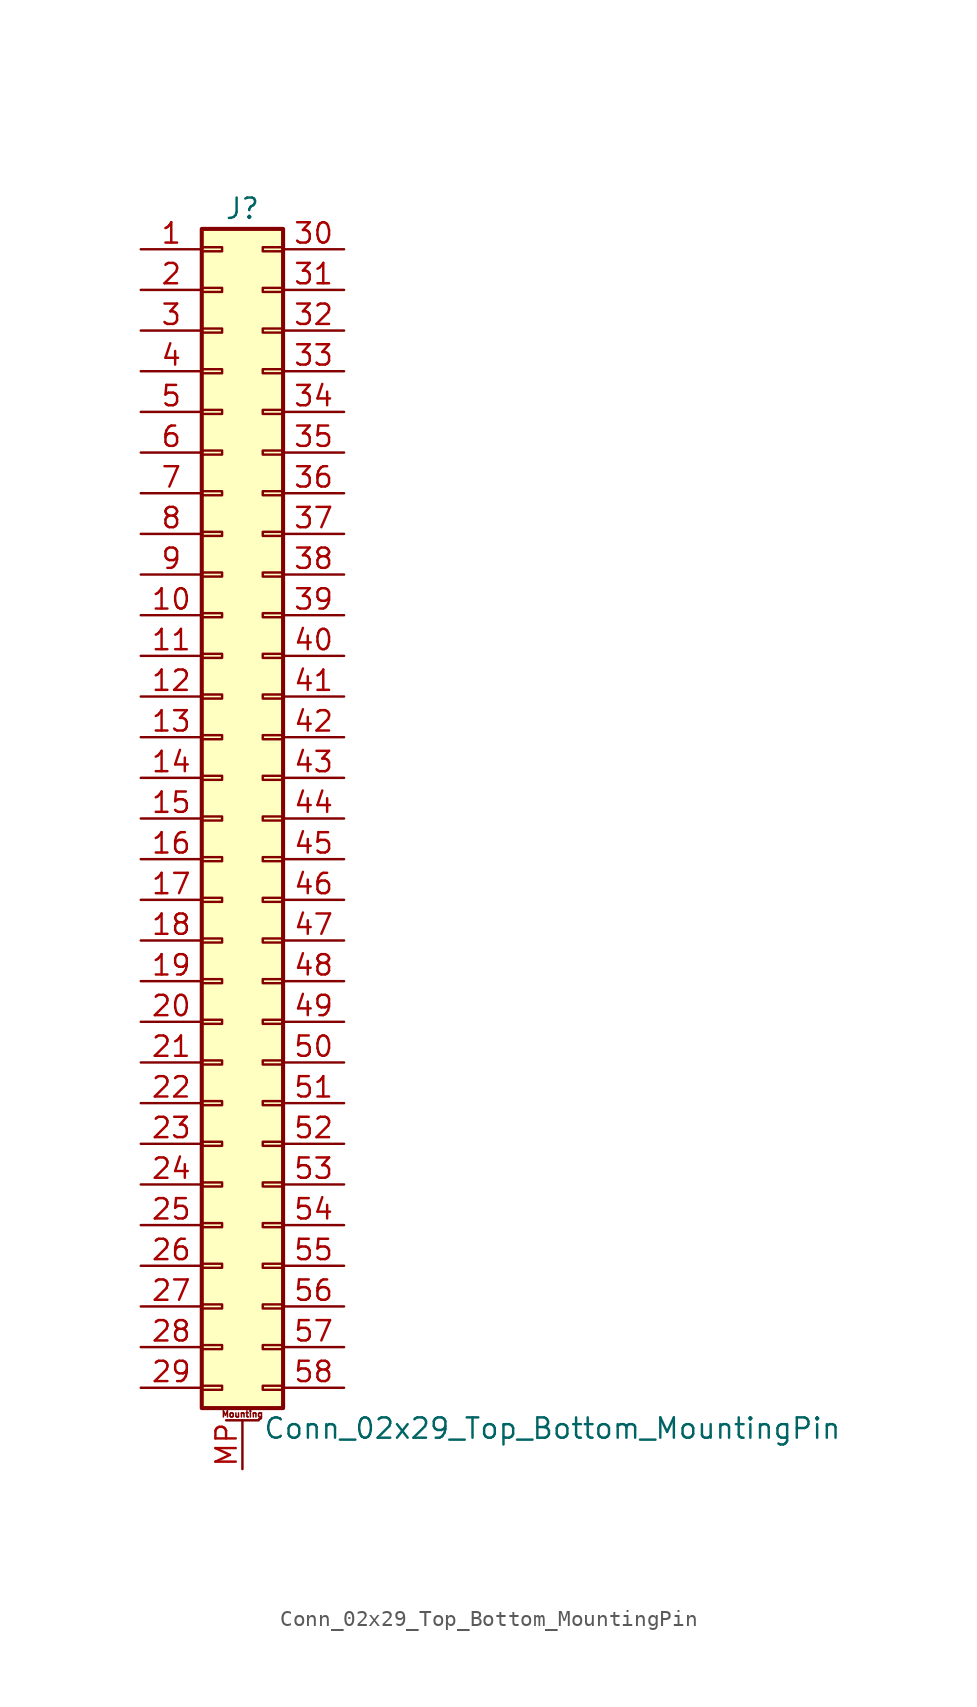
<source format=kicad_sym>
(kicad_symbol_lib
  (version 20201005)
  (generator kicad_symbol_editor)
  (symbol "Conn_02x29_Top_Bottom_MountingPin"
    (pin_names
      (offset 1.016) hide)
    (property "Reference" "J"
      (at 1.27 38.1 0)
      (effects (font (size 1.27 1.27))))
    (property "Value" "Conn_02x29_Top_Bottom_MountingPin"
      (at 2.54 -38.1 0)
      (effects (font (size 1.27 1.27)) (justify left)))
    (symbol "Conn_02x29_Top_Bottom_MountingPin_1_1"
      (text "Mounting" (at 1.27 -37.211 0) (effects (font (size 0.381 0.381))))
      (rectangle (start -1.27 -35.433) (end 0 -35.687) (stroke (width 0.152)) (fill (type none)))
      (rectangle (start -1.27 -32.893) (end 0 -33.147) (stroke (width 0.152)) (fill (type none)))
      (rectangle (start -1.27 -30.353) (end 0 -30.607) (stroke (width 0.152)) (fill (type none)))
      (rectangle (start -1.27 -27.813) (end 0 -28.067) (stroke (width 0.152)) (fill (type none)))
      (rectangle (start -1.27 -25.273) (end 0 -25.527) (stroke (width 0.152)) (fill (type none)))
      (rectangle (start -1.27 -22.733) (end 0 -22.987) (stroke (width 0.152)) (fill (type none)))
      (rectangle (start -1.27 -20.193) (end 0 -20.447) (stroke (width 0.152)) (fill (type none)))
      (rectangle (start -1.27 -17.653) (end 0 -17.907) (stroke (width 0.152)) (fill (type none)))
      (rectangle (start -1.27 -15.113) (end 0 -15.367) (stroke (width 0.152)) (fill (type none)))
      (rectangle (start -1.27 -12.573) (end 0 -12.827) (stroke (width 0.152)) (fill (type none)))
      (rectangle (start -1.27 -10.033) (end 0 -10.287) (stroke (width 0.152)) (fill (type none)))
      (rectangle (start -1.27 -7.493) (end 0 -7.747) (stroke (width 0.152)) (fill (type none)))
      (rectangle (start -1.27 -4.953) (end 0 -5.207) (stroke (width 0.152)) (fill (type none)))
      (rectangle (start -1.27 -2.413) (end 0 -2.667) (stroke (width 0.152)) (fill (type none)))
      (rectangle (start -1.27 0.127) (end 0 -0.127) (stroke (width 0.152)) (fill (type none)))
      (rectangle (start -1.27 2.667) (end 0 2.413) (stroke (width 0.152)) (fill (type none)))
      (rectangle (start -1.27 5.207) (end 0 4.953) (stroke (width 0.152)) (fill (type none)))
      (rectangle (start -1.27 7.747) (end 0 7.493) (stroke (width 0.152)) (fill (type none)))
      (rectangle (start -1.27 10.287) (end 0 10.033) (stroke (width 0.152)) (fill (type none)))
      (rectangle (start -1.27 12.827) (end 0 12.573) (stroke (width 0.152)) (fill (type none)))
      (rectangle (start -1.27 15.367) (end 0 15.113) (stroke (width 0.152)) (fill (type none)))
      (rectangle (start -1.27 17.907) (end 0 17.653) (stroke (width 0.152)) (fill (type none)))
      (rectangle (start -1.27 20.447) (end 0 20.193) (stroke (width 0.152)) (fill (type none)))
      (rectangle (start -1.27 22.987) (end 0 22.733) (stroke (width 0.152)) (fill (type none)))
      (rectangle (start -1.27 25.527) (end 0 25.273) (stroke (width 0.152)) (fill (type none)))
      (rectangle (start -1.27 28.067) (end 0 27.813) (stroke (width 0.152)) (fill (type none)))
      (rectangle (start -1.27 30.607) (end 0 30.353) (stroke (width 0.152)) (fill (type none)))
      (rectangle (start -1.27 33.147) (end 0 32.893) (stroke (width 0.152)) (fill (type none)))
      (rectangle (start -1.27 35.687) (end 0 35.433) (stroke (width 0.152)) (fill (type none)))
      (rectangle (start 3.81 -35.433) (end 2.54 -35.687) (stroke (width 0.152)) (fill (type none)))
      (rectangle (start 3.81 -32.893) (end 2.54 -33.147) (stroke (width 0.152)) (fill (type none)))
      (rectangle (start 3.81 -30.353) (end 2.54 -30.607) (stroke (width 0.152)) (fill (type none)))
      (rectangle (start 3.81 -27.813) (end 2.54 -28.067) (stroke (width 0.152)) (fill (type none)))
      (rectangle (start 3.81 -25.273) (end 2.54 -25.527) (stroke (width 0.152)) (fill (type none)))
      (rectangle (start 3.81 -22.733) (end 2.54 -22.987) (stroke (width 0.152)) (fill (type none)))
      (rectangle (start 3.81 -20.193) (end 2.54 -20.447) (stroke (width 0.152)) (fill (type none)))
      (rectangle (start 3.81 -17.653) (end 2.54 -17.907) (stroke (width 0.152)) (fill (type none)))
      (rectangle (start 3.81 -15.113) (end 2.54 -15.367) (stroke (width 0.152)) (fill (type none)))
      (rectangle (start 3.81 -12.573) (end 2.54 -12.827) (stroke (width 0.152)) (fill (type none)))
      (rectangle (start 3.81 -10.033) (end 2.54 -10.287) (stroke (width 0.152)) (fill (type none)))
      (rectangle (start 3.81 -7.493) (end 2.54 -7.747) (stroke (width 0.152)) (fill (type none)))
      (rectangle (start 3.81 -4.953) (end 2.54 -5.207) (stroke (width 0.152)) (fill (type none)))
      (rectangle (start 3.81 -2.413) (end 2.54 -2.667) (stroke (width 0.152)) (fill (type none)))
      (rectangle (start 3.81 0.127) (end 2.54 -0.127) (stroke (width 0.152)) (fill (type none)))
      (rectangle (start 3.81 2.667) (end 2.54 2.413) (stroke (width 0.152)) (fill (type none)))
      (rectangle (start 3.81 5.207) (end 2.54 4.953) (stroke (width 0.152)) (fill (type none)))
      (rectangle (start 3.81 7.747) (end 2.54 7.493) (stroke (width 0.152)) (fill (type none)))
      (rectangle (start 3.81 10.287) (end 2.54 10.033) (stroke (width 0.152)) (fill (type none)))
      (rectangle (start 3.81 12.827) (end 2.54 12.573) (stroke (width 0.152)) (fill (type none)))
      (rectangle (start 3.81 15.367) (end 2.54 15.113) (stroke (width 0.152)) (fill (type none)))
      (rectangle (start 3.81 17.907) (end 2.54 17.653) (stroke (width 0.152)) (fill (type none)))
      (rectangle (start 3.81 20.447) (end 2.54 20.193) (stroke (width 0.152)) (fill (type none)))
      (rectangle (start 3.81 22.987) (end 2.54 22.733) (stroke (width 0.152)) (fill (type none)))
      (rectangle (start 3.81 25.527) (end 2.54 25.273) (stroke (width 0.152)) (fill (type none)))
      (rectangle (start 3.81 28.067) (end 2.54 27.813) (stroke (width 0.152)) (fill (type none)))
      (rectangle (start 3.81 30.607) (end 2.54 30.353) (stroke (width 0.152)) (fill (type none)))
      (rectangle (start 3.81 33.147) (end 2.54 32.893) (stroke (width 0.152)) (fill (type none)))
      (rectangle (start 3.81 35.687) (end 2.54 35.433) (stroke (width 0.152)) (fill (type none)))
      (rectangle (start -1.27 36.83) (end 3.81 -36.83) (stroke (width 0.254)) (fill (type background)))
      (polyline (pts (xy 0.254 -37.592) (xy 2.286 -37.592)) (stroke (width 0.152)) (fill (type none)))
      (pin passive line (at -5.08 35.56 0) (length 3.81) (name "Pin_1" (effects (font (size 1.27 1.27)))) (number "1" (effects (font (size 1.27 1.27)))))
      (pin passive line (at -5.08 12.7 0) (length 3.81) (name "Pin_10" (effects (font (size 1.27 1.27)))) (number "10" (effects (font (size 1.27 1.27)))))
      (pin passive line (at -5.08 10.16 0) (length 3.81) (name "Pin_11" (effects (font (size 1.27 1.27)))) (number "11" (effects (font (size 1.27 1.27)))))
      (pin passive line (at -5.08 7.62 0) (length 3.81) (name "Pin_12" (effects (font (size 1.27 1.27)))) (number "12" (effects (font (size 1.27 1.27)))))
      (pin passive line (at -5.08 5.08 0) (length 3.81) (name "Pin_13" (effects (font (size 1.27 1.27)))) (number "13" (effects (font (size 1.27 1.27)))))
      (pin passive line (at -5.08 2.54 0) (length 3.81) (name "Pin_14" (effects (font (size 1.27 1.27)))) (number "14" (effects (font (size 1.27 1.27)))))
      (pin passive line (at -5.08 0 0) (length 3.81) (name "Pin_15" (effects (font (size 1.27 1.27)))) (number "15" (effects (font (size 1.27 1.27)))))
      (pin passive line (at -5.08 -2.54 0) (length 3.81) (name "Pin_16" (effects (font (size 1.27 1.27)))) (number "16" (effects (font (size 1.27 1.27)))))
      (pin passive line (at -5.08 -5.08 0) (length 3.81) (name "Pin_17" (effects (font (size 1.27 1.27)))) (number "17" (effects (font (size 1.27 1.27)))))
      (pin passive line (at -5.08 -7.62 0) (length 3.81) (name "Pin_18" (effects (font (size 1.27 1.27)))) (number "18" (effects (font (size 1.27 1.27)))))
      (pin passive line (at -5.08 -10.16 0) (length 3.81) (name "Pin_19" (effects (font (size 1.27 1.27)))) (number "19" (effects (font (size 1.27 1.27)))))
      (pin passive line (at -5.08 33.02 0) (length 3.81) (name "Pin_2" (effects (font (size 1.27 1.27)))) (number "2" (effects (font (size 1.27 1.27)))))
      (pin passive line (at -5.08 -12.7 0) (length 3.81) (name "Pin_20" (effects (font (size 1.27 1.27)))) (number "20" (effects (font (size 1.27 1.27)))))
      (pin passive line (at -5.08 -15.24 0) (length 3.81) (name "Pin_21" (effects (font (size 1.27 1.27)))) (number "21" (effects (font (size 1.27 1.27)))))
      (pin passive line (at -5.08 -17.78 0) (length 3.81) (name "Pin_22" (effects (font (size 1.27 1.27)))) (number "22" (effects (font (size 1.27 1.27)))))
      (pin passive line (at -5.08 -20.32 0) (length 3.81) (name "Pin_23" (effects (font (size 1.27 1.27)))) (number "23" (effects (font (size 1.27 1.27)))))
      (pin passive line (at -5.08 -22.86 0) (length 3.81) (name "Pin_24" (effects (font (size 1.27 1.27)))) (number "24" (effects (font (size 1.27 1.27)))))
      (pin passive line (at -5.08 -25.4 0) (length 3.81) (name "Pin_25" (effects (font (size 1.27 1.27)))) (number "25" (effects (font (size 1.27 1.27)))))
      (pin passive line (at -5.08 -27.94 0) (length 3.81) (name "Pin_26" (effects (font (size 1.27 1.27)))) (number "26" (effects (font (size 1.27 1.27)))))
      (pin passive line (at -5.08 -30.48 0) (length 3.81) (name "Pin_27" (effects (font (size 1.27 1.27)))) (number "27" (effects (font (size 1.27 1.27)))))
      (pin passive line (at -5.08 -33.02 0) (length 3.81) (name "Pin_28" (effects (font (size 1.27 1.27)))) (number "28" (effects (font (size 1.27 1.27)))))
      (pin passive line (at -5.08 -35.56 0) (length 3.81) (name "Pin_29" (effects (font (size 1.27 1.27)))) (number "29" (effects (font (size 1.27 1.27)))))
      (pin passive line (at -5.08 30.48 0) (length 3.81) (name "Pin_3" (effects (font (size 1.27 1.27)))) (number "3" (effects (font (size 1.27 1.27)))))
      (pin passive line (at 7.62 35.56 180) (length 3.81) (name "Pin_30" (effects (font (size 1.27 1.27)))) (number "30" (effects (font (size 1.27 1.27)))))
      (pin passive line (at 7.62 33.02 180) (length 3.81) (name "Pin_31" (effects (font (size 1.27 1.27)))) (number "31" (effects (font (size 1.27 1.27)))))
      (pin passive line (at 7.62 30.48 180) (length 3.81) (name "Pin_32" (effects (font (size 1.27 1.27)))) (number "32" (effects (font (size 1.27 1.27)))))
      (pin passive line (at 7.62 27.94 180) (length 3.81) (name "Pin_33" (effects (font (size 1.27 1.27)))) (number "33" (effects (font (size 1.27 1.27)))))
      (pin passive line (at 7.62 25.4 180) (length 3.81) (name "Pin_34" (effects (font (size 1.27 1.27)))) (number "34" (effects (font (size 1.27 1.27)))))
      (pin passive line (at 7.62 22.86 180) (length 3.81) (name "Pin_35" (effects (font (size 1.27 1.27)))) (number "35" (effects (font (size 1.27 1.27)))))
      (pin passive line (at 7.62 20.32 180) (length 3.81) (name "Pin_36" (effects (font (size 1.27 1.27)))) (number "36" (effects (font (size 1.27 1.27)))))
      (pin passive line (at 7.62 17.78 180) (length 3.81) (name "Pin_37" (effects (font (size 1.27 1.27)))) (number "37" (effects (font (size 1.27 1.27)))))
      (pin passive line (at 7.62 15.24 180) (length 3.81) (name "Pin_38" (effects (font (size 1.27 1.27)))) (number "38" (effects (font (size 1.27 1.27)))))
      (pin passive line (at 7.62 12.7 180) (length 3.81) (name "Pin_39" (effects (font (size 1.27 1.27)))) (number "39" (effects (font (size 1.27 1.27)))))
      (pin passive line (at -5.08 27.94 0) (length 3.81) (name "Pin_4" (effects (font (size 1.27 1.27)))) (number "4" (effects (font (size 1.27 1.27)))))
      (pin passive line (at 7.62 10.16 180) (length 3.81) (name "Pin_40" (effects (font (size 1.27 1.27)))) (number "40" (effects (font (size 1.27 1.27)))))
      (pin passive line (at 7.62 7.62 180) (length 3.81) (name "Pin_41" (effects (font (size 1.27 1.27)))) (number "41" (effects (font (size 1.27 1.27)))))
      (pin passive line (at 7.62 5.08 180) (length 3.81) (name "Pin_42" (effects (font (size 1.27 1.27)))) (number "42" (effects (font (size 1.27 1.27)))))
      (pin passive line (at 7.62 2.54 180) (length 3.81) (name "Pin_43" (effects (font (size 1.27 1.27)))) (number "43" (effects (font (size 1.27 1.27)))))
      (pin passive line (at 7.62 0 180) (length 3.81) (name "Pin_44" (effects (font (size 1.27 1.27)))) (number "44" (effects (font (size 1.27 1.27)))))
      (pin passive line (at 7.62 -2.54 180) (length 3.81) (name "Pin_45" (effects (font (size 1.27 1.27)))) (number "45" (effects (font (size 1.27 1.27)))))
      (pin passive line (at 7.62 -5.08 180) (length 3.81) (name "Pin_46" (effects (font (size 1.27 1.27)))) (number "46" (effects (font (size 1.27 1.27)))))
      (pin passive line (at 7.62 -7.62 180) (length 3.81) (name "Pin_47" (effects (font (size 1.27 1.27)))) (number "47" (effects (font (size 1.27 1.27)))))
      (pin passive line (at 7.62 -10.16 180) (length 3.81) (name "Pin_48" (effects (font (size 1.27 1.27)))) (number "48" (effects (font (size 1.27 1.27)))))
      (pin passive line (at 7.62 -12.7 180) (length 3.81) (name "Pin_49" (effects (font (size 1.27 1.27)))) (number "49" (effects (font (size 1.27 1.27)))))
      (pin passive line (at -5.08 25.4 0) (length 3.81) (name "Pin_5" (effects (font (size 1.27 1.27)))) (number "5" (effects (font (size 1.27 1.27)))))
      (pin passive line (at 7.62 -15.24 180) (length 3.81) (name "Pin_50" (effects (font (size 1.27 1.27)))) (number "50" (effects (font (size 1.27 1.27)))))
      (pin passive line (at 7.62 -17.78 180) (length 3.81) (name "Pin_51" (effects (font (size 1.27 1.27)))) (number "51" (effects (font (size 1.27 1.27)))))
      (pin passive line (at 7.62 -20.32 180) (length 3.81) (name "Pin_52" (effects (font (size 1.27 1.27)))) (number "52" (effects (font (size 1.27 1.27)))))
      (pin passive line (at 7.62 -22.86 180) (length 3.81) (name "Pin_53" (effects (font (size 1.27 1.27)))) (number "53" (effects (font (size 1.27 1.27)))))
      (pin passive line (at 7.62 -25.4 180) (length 3.81) (name "Pin_54" (effects (font (size 1.27 1.27)))) (number "54" (effects (font (size 1.27 1.27)))))
      (pin passive line (at 7.62 -27.94 180) (length 3.81) (name "Pin_55" (effects (font (size 1.27 1.27)))) (number "55" (effects (font (size 1.27 1.27)))))
      (pin passive line (at 7.62 -30.48 180) (length 3.81) (name "Pin_56" (effects (font (size 1.27 1.27)))) (number "56" (effects (font (size 1.27 1.27)))))
      (pin passive line (at 7.62 -33.02 180) (length 3.81) (name "Pin_57" (effects (font (size 1.27 1.27)))) (number "57" (effects (font (size 1.27 1.27)))))
      (pin passive line (at 7.62 -35.56 180) (length 3.81) (name "Pin_58" (effects (font (size 1.27 1.27)))) (number "58" (effects (font (size 1.27 1.27)))))
      (pin passive line (at -5.08 22.86 0) (length 3.81) (name "Pin_6" (effects (font (size 1.27 1.27)))) (number "6" (effects (font (size 1.27 1.27)))))
      (pin passive line (at -5.08 20.32 0) (length 3.81) (name "Pin_7" (effects (font (size 1.27 1.27)))) (number "7" (effects (font (size 1.27 1.27)))))
      (pin passive line (at -5.08 17.78 0) (length 3.81) (name "Pin_8" (effects (font (size 1.27 1.27)))) (number "8" (effects (font (size 1.27 1.27)))))
      (pin passive line (at -5.08 15.24 0) (length 3.81) (name "Pin_9" (effects (font (size 1.27 1.27)))) (number "9" (effects (font (size 1.27 1.27)))))
      (pin passive line (at 1.27 -40.64 90) (length 3.048) (name "MountPin" (effects (font (size 1.27 1.27)))) (number "MP" (effects (font (size 1.27 1.27))))))))
</source>
